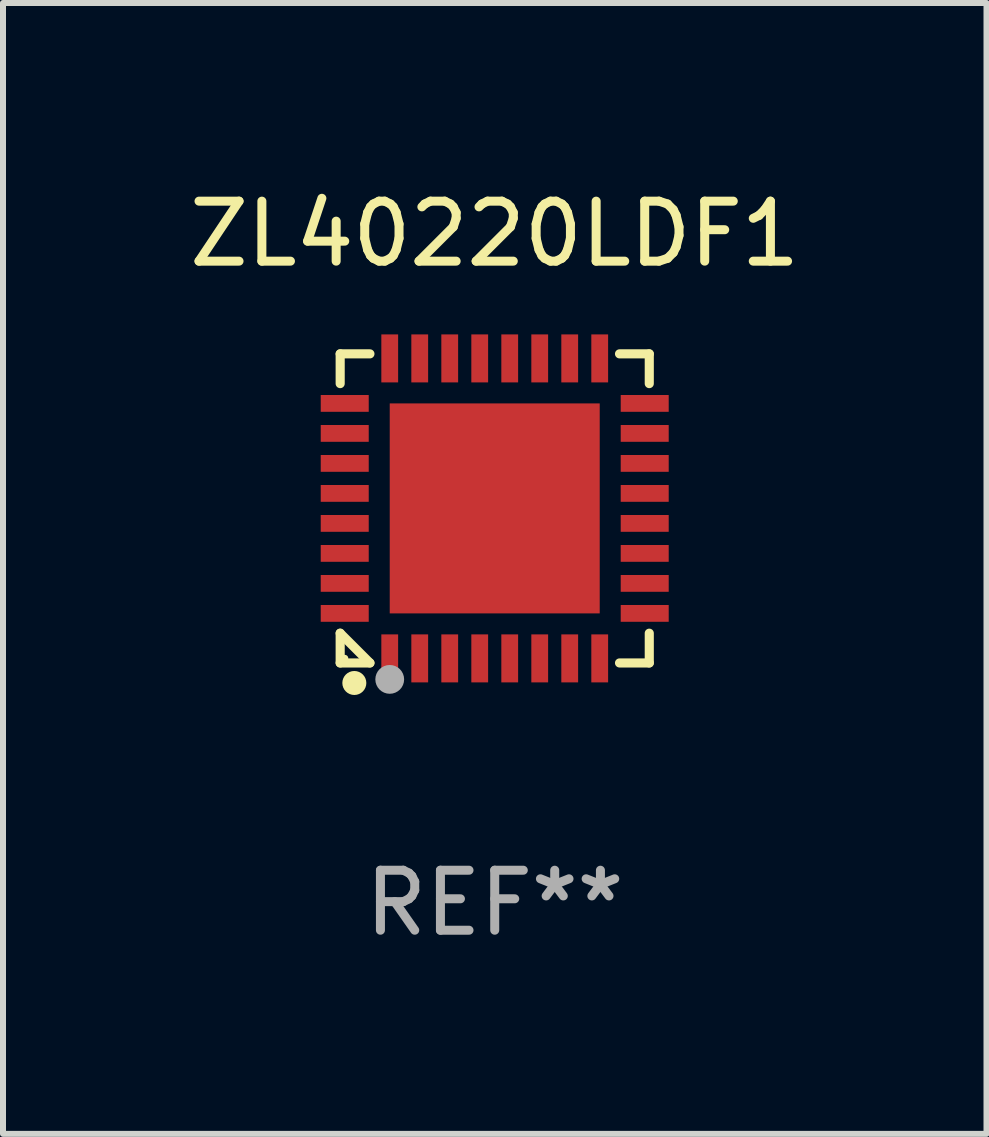
<source format=kicad_pcb>
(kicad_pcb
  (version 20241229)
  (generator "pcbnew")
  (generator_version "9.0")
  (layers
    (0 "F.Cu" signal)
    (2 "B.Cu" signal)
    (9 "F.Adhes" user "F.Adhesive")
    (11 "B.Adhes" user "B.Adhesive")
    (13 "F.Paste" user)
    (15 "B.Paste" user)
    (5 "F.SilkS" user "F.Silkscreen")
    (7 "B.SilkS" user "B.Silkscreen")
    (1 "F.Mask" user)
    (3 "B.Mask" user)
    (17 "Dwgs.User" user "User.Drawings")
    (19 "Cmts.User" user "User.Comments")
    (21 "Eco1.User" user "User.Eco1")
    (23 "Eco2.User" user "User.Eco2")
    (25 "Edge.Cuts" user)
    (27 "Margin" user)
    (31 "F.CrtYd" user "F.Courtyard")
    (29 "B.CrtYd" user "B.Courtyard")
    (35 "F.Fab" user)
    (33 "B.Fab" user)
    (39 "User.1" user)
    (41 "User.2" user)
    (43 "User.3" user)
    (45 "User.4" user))
  (footprint "ZL40220LDF1"
    (layer "F.Cu")
    (at 5.196 5.424)
    (property "Reference" "ZL40220LDF1" (at 0 -4.576 0) (layer "F.SilkS") (effects (font (size 1 1) (thickness 0.15))))
    (attr through_hole)
    (fp_line (start -2.576 -2.576) (end -2.08 -2.576) (stroke (width 0.152) (type solid)) (layer "F.SilkS"))
    (fp_line (start -2.576 -2.08) (end -2.576 -2.576) (stroke (width 0.152) (type solid)) (layer "F.SilkS"))
    (fp_line (start -2.576 2.08) (end -2.576 2.576) (stroke (width 0.152) (type solid)) (layer "F.SilkS"))
    (fp_line (start -2.576 2.08) (end -2.08 2.576) (stroke (width 0.152) (type solid)) (layer "F.SilkS"))
    (fp_line (start -2.576 2.576) (end -2.08 2.576) (stroke (width 0.152) (type solid)) (layer "F.SilkS"))
    (fp_line (start 2.576 -2.576) (end 2.08 -2.576) (stroke (width 0.152) (type solid)) (layer "F.SilkS"))
    (fp_line (start 2.576 -2.08) (end 2.576 -2.576) (stroke (width 0.152) (type solid)) (layer "F.SilkS"))
    (fp_line (start 2.576 2.08) (end 2.576 2.576) (stroke (width 0.152) (type solid)) (layer "F.SilkS"))
    (fp_line (start 2.576 2.576) (end 2.08 2.576) (stroke (width 0.152) (type solid)) (layer "F.SilkS"))
    (fp_circle (center -2.5 2.5) (end -2.47 2.5) (stroke (width 0.06) (type solid)) (fill no) (layer "F.SilkS"))
    (fp_circle (center -2.34 2.91) (end -2.24 2.91) (stroke (width 0.2) (type solid)) (fill no) (layer "F.SilkS"))
    (fp_circle (center -1.75 2.85) (end -1.63 2.85) (stroke (width 0.24) (type solid)) (fill no) (layer "F.Fab"))
    (fp_text user "REF**" (at 0 6.576 0) (layer "F.Fab") (effects (font (size 1 1) (thickness 0.15))))
    (pad "1" smd rect (at -1.75 2.5) (size 0.28 0.8) (layers "F.Cu" "F.Mask" "F.Paste"))
    (pad "2" smd rect (at -1.25 2.5) (size 0.28 0.8) (layers "F.Cu" "F.Mask" "F.Paste"))
    (pad "3" smd rect (at -0.75 2.5) (size 0.28 0.8) (layers "F.Cu" "F.Mask" "F.Paste"))
    (pad "4" smd rect (at -0.25 2.5) (size 0.28 0.8) (layers "F.Cu" "F.Mask" "F.Paste"))
    (pad "5" smd rect (at 0.25 2.5) (size 0.28 0.8) (layers "F.Cu" "F.Mask" "F.Paste"))
    (pad "6" smd rect (at 0.75 2.5) (size 0.28 0.8) (layers "F.Cu" "F.Mask" "F.Paste"))
    (pad "7" smd rect (at 1.25 2.5) (size 0.28 0.8) (layers "F.Cu" "F.Mask" "F.Paste"))
    (pad "8" smd rect (at 1.75 2.5) (size 0.28 0.8) (layers "F.Cu" "F.Mask" "F.Paste"))
    (pad "9" smd rect (at 2.5 1.75) (size 0.8 0.28) (layers "F.Cu" "F.Mask" "F.Paste"))
    (pad "10" smd rect (at 2.5 1.25) (size 0.8 0.28) (layers "F.Cu" "F.Mask" "F.Paste"))
    (pad "11" smd rect (at 2.5 0.75) (size 0.8 0.28) (layers "F.Cu" "F.Mask" "F.Paste"))
    (pad "12" smd rect (at 2.5 0.25) (size 0.8 0.28) (layers "F.Cu" "F.Mask" "F.Paste"))
    (pad "13" smd rect (at 2.5 -0.25) (size 0.8 0.28) (layers "F.Cu" "F.Mask" "F.Paste"))
    (pad "14" smd rect (at 2.5 -0.75) (size 0.8 0.28) (layers "F.Cu" "F.Mask" "F.Paste"))
    (pad "15" smd rect (at 2.5 -1.25) (size 0.8 0.28) (layers "F.Cu" "F.Mask" "F.Paste"))
    (pad "16" smd rect (at 2.5 -1.75) (size 0.8 0.28) (layers "F.Cu" "F.Mask" "F.Paste"))
    (pad "17" smd rect (at 1.75 -2.5) (size 0.28 0.8) (layers "F.Cu" "F.Mask" "F.Paste"))
    (pad "18" smd rect (at 1.25 -2.5) (size 0.28 0.8) (layers "F.Cu" "F.Mask" "F.Paste"))
    (pad "19" smd rect (at 0.75 -2.5) (size 0.28 0.8) (layers "F.Cu" "F.Mask" "F.Paste"))
    (pad "20" smd rect (at 0.25 -2.5) (size 0.28 0.8) (layers "F.Cu" "F.Mask" "F.Paste"))
    (pad "21" smd rect (at -0.25 -2.5) (size 0.28 0.8) (layers "F.Cu" "F.Mask" "F.Paste"))
    (pad "22" smd rect (at -0.75 -2.5) (size 0.28 0.8) (layers "F.Cu" "F.Mask" "F.Paste"))
    (pad "23" smd rect (at -1.25 -2.5) (size 0.28 0.8) (layers "F.Cu" "F.Mask" "F.Paste"))
    (pad "24" smd rect (at -1.75 -2.5) (size 0.28 0.8) (layers "F.Cu" "F.Mask" "F.Paste"))
    (pad "25" smd rect (at -2.5 -1.75) (size 0.8 0.28) (layers "F.Cu" "F.Mask" "F.Paste"))
    (pad "26" smd rect (at -2.5 -1.25) (size 0.8 0.28) (layers "F.Cu" "F.Mask" "F.Paste"))
    (pad "27" smd rect (at -2.5 -0.75) (size 0.8 0.28) (layers "F.Cu" "F.Mask" "F.Paste"))
    (pad "28" smd rect (at -2.5 -0.25) (size 0.8 0.28) (layers "F.Cu" "F.Mask" "F.Paste"))
    (pad "29" smd rect (at -2.5 0.25) (size 0.8 0.28) (layers "F.Cu" "F.Mask" "F.Paste"))
    (pad "30" smd rect (at -2.5 0.75) (size 0.8 0.28) (layers "F.Cu" "F.Mask" "F.Paste"))
    (pad "31" smd rect (at -2.5 1.25) (size 0.8 0.28) (layers "F.Cu" "F.Mask" "F.Paste"))
    (pad "32" smd rect (at -2.5 1.75) (size 0.8 0.28) (layers "F.Cu" "F.Mask" "F.Paste"))
    (pad "33" smd rect (at 0 0) (size 3.5 3.5) (layers "F.Cu" "F.Mask" "F.Paste")))
  (gr_rect
    (start -3 -3)
    (end 13.393 15.849)
    (stroke (width 0.1) (type default))
    (fill no)
    (layer "Edge.Cuts")))
</source>
